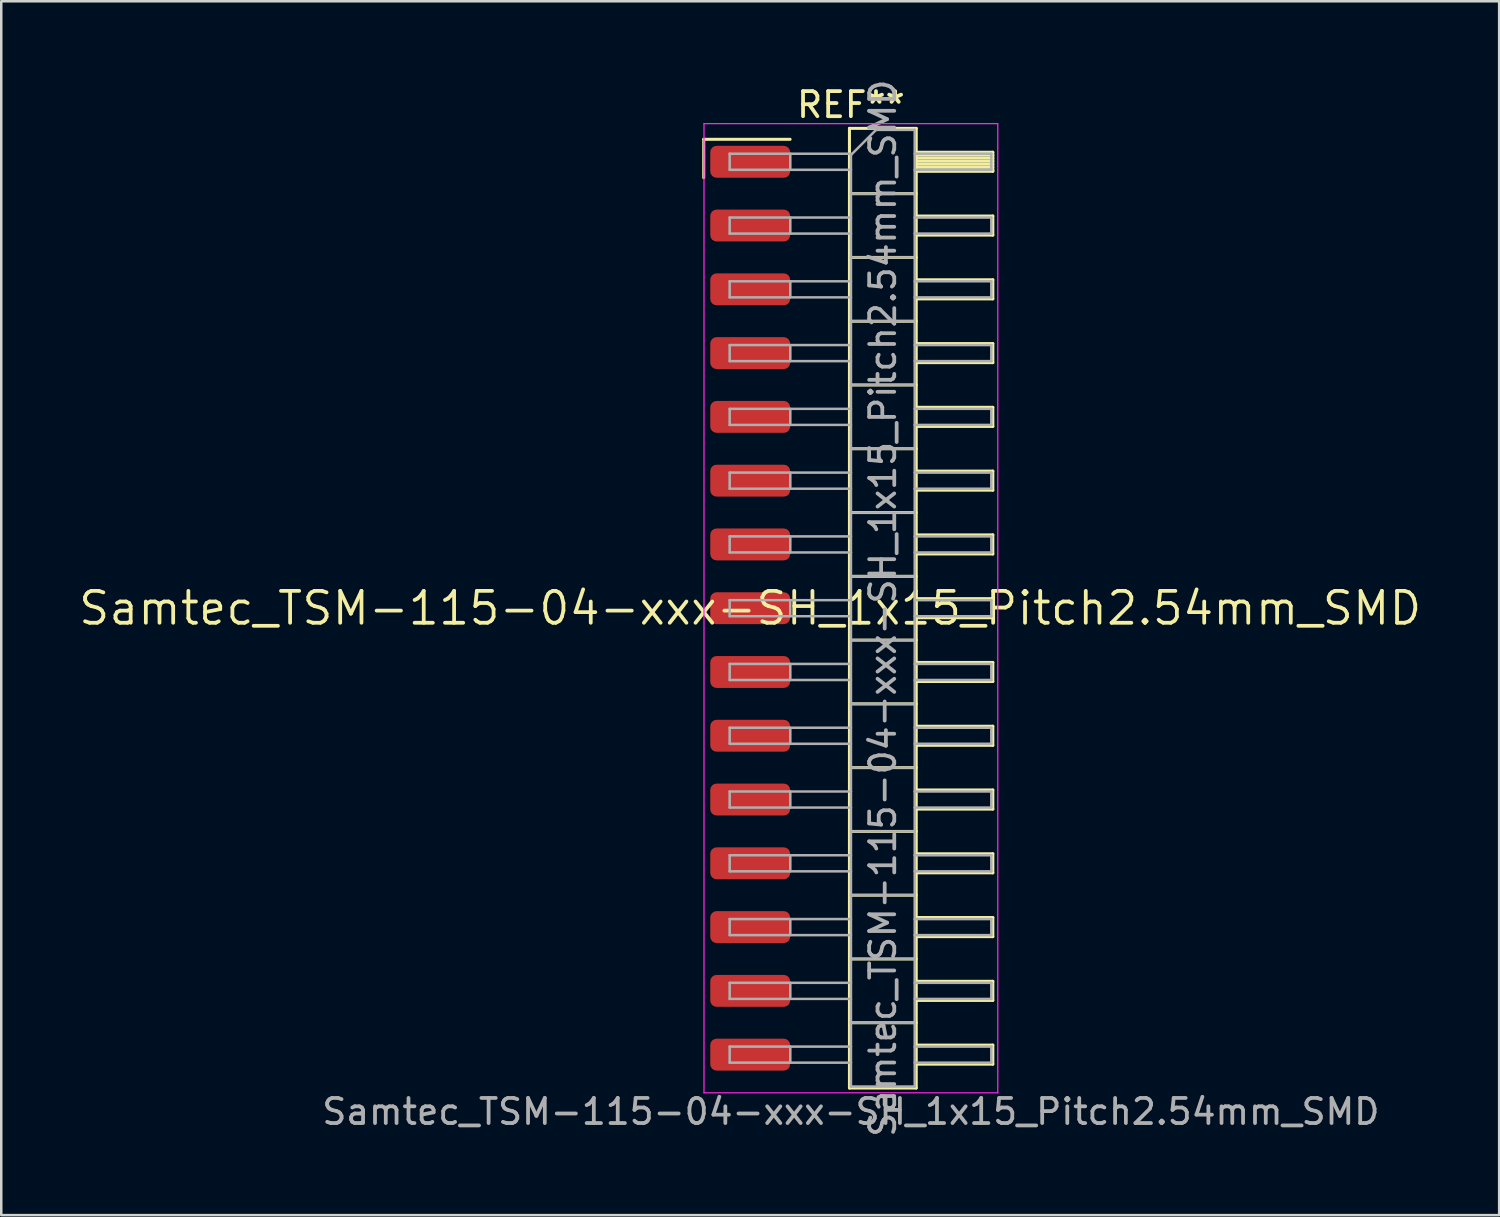
<source format=kicad_pcb>
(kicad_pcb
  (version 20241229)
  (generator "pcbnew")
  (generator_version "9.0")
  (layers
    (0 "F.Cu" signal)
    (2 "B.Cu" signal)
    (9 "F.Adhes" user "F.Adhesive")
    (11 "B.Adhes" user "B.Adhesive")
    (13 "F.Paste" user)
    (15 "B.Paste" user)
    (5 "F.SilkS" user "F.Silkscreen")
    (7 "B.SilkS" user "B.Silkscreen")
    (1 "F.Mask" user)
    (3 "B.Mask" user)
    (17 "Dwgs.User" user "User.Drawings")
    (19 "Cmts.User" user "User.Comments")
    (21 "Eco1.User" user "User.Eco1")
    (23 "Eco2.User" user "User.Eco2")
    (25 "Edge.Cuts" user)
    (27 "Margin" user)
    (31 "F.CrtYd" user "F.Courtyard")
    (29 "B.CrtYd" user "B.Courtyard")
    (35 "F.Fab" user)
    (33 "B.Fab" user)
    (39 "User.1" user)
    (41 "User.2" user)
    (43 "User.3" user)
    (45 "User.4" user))
  (footprint "Samtec_TSM-115-04-xxx-SH_1x15_Pitch2.54mm_SMD"
    (layer "F.Cu")
    (at 26.828 21.173)
    (property "Reference" "Samtec_TSM-115-04-xxx-SH_1x15_Pitch2.54mm_SMD" (at 0 0 0) (layer "F.SilkS") (effects (font (size 1.27 1.27) (thickness 0.15))))
    (attr smd)
    (fp_line (start -1.85 -18.675) (end 1.59 -18.675) (stroke (width 0.12) (type solid)) (layer "F.SilkS"))
    (fp_line (start -1.85 -17.145) (end -1.85 -18.675) (stroke (width 0.12) (type solid)) (layer "F.SilkS"))
    (fp_line (start 3.953 -19.11) (end 6.613 -19.11) (stroke (width 0.12) (type solid)) (layer "F.SilkS"))
    (fp_line (start 3.953 -16.51) (end 6.613 -16.51) (stroke (width 0.12) (type solid)) (layer "F.SilkS"))
    (fp_line (start 3.953 -13.97) (end 6.613 -13.97) (stroke (width 0.12) (type solid)) (layer "F.SilkS"))
    (fp_line (start 3.953 -11.43) (end 6.613 -11.43) (stroke (width 0.12) (type solid)) (layer "F.SilkS"))
    (fp_line (start 3.953 -8.89) (end 6.613 -8.89) (stroke (width 0.12) (type solid)) (layer "F.SilkS"))
    (fp_line (start 3.953 -6.35) (end 6.613 -6.35) (stroke (width 0.12) (type solid)) (layer "F.SilkS"))
    (fp_line (start 3.953 -3.81) (end 6.613 -3.81) (stroke (width 0.12) (type solid)) (layer "F.SilkS"))
    (fp_line (start 3.953 -1.27) (end 6.613 -1.27) (stroke (width 0.12) (type solid)) (layer "F.SilkS"))
    (fp_line (start 3.953 1.27) (end 6.613 1.27) (stroke (width 0.12) (type solid)) (layer "F.SilkS"))
    (fp_line (start 3.953 3.81) (end 6.613 3.81) (stroke (width 0.12) (type solid)) (layer "F.SilkS"))
    (fp_line (start 3.953 6.35) (end 6.613 6.35) (stroke (width 0.12) (type solid)) (layer "F.SilkS"))
    (fp_line (start 3.953 8.89) (end 6.613 8.89) (stroke (width 0.12) (type solid)) (layer "F.SilkS"))
    (fp_line (start 3.953 11.43) (end 6.613 11.43) (stroke (width 0.12) (type solid)) (layer "F.SilkS"))
    (fp_line (start 3.953 13.97) (end 6.613 13.97) (stroke (width 0.12) (type solid)) (layer "F.SilkS"))
    (fp_line (start 3.953 16.51) (end 6.613 16.51) (stroke (width 0.12) (type solid)) (layer "F.SilkS"))
    (fp_line (start 3.953 19.11) (end 3.953 -19.11) (stroke (width 0.12) (type solid)) (layer "F.SilkS"))
    (fp_line (start 6.613 -19.11) (end 6.613 19.11) (stroke (width 0.12) (type solid)) (layer "F.SilkS"))
    (fp_line (start 6.613 -18.16) (end 9.663 -18.16) (stroke (width 0.12) (type solid)) (layer "F.SilkS"))
    (fp_line (start 6.613 -18.04) (end 9.663 -18.04) (stroke (width 0.12) (type solid)) (layer "F.SilkS"))
    (fp_line (start 6.613 -17.92) (end 9.663 -17.92) (stroke (width 0.12) (type solid)) (layer "F.SilkS"))
    (fp_line (start 6.613 -17.8) (end 9.663 -17.8) (stroke (width 0.12) (type solid)) (layer "F.SilkS"))
    (fp_line (start 6.613 -17.68) (end 9.663 -17.68) (stroke (width 0.12) (type solid)) (layer "F.SilkS"))
    (fp_line (start 6.613 -17.56) (end 9.663 -17.56) (stroke (width 0.12) (type solid)) (layer "F.SilkS"))
    (fp_line (start 6.613 -17.44) (end 9.663 -17.44) (stroke (width 0.12) (type solid)) (layer "F.SilkS"))
    (fp_line (start 6.613 -17.4) (end 9.663 -17.4) (stroke (width 0.12) (type solid)) (layer "F.SilkS"))
    (fp_line (start 6.613 -15.62) (end 9.663 -15.62) (stroke (width 0.12) (type solid)) (layer "F.SilkS"))
    (fp_line (start 6.613 -14.86) (end 9.663 -14.86) (stroke (width 0.12) (type solid)) (layer "F.SilkS"))
    (fp_line (start 6.613 -13.08) (end 9.663 -13.08) (stroke (width 0.12) (type solid)) (layer "F.SilkS"))
    (fp_line (start 6.613 -12.32) (end 9.663 -12.32) (stroke (width 0.12) (type solid)) (layer "F.SilkS"))
    (fp_line (start 6.613 -10.54) (end 9.663 -10.54) (stroke (width 0.12) (type solid)) (layer "F.SilkS"))
    (fp_line (start 6.613 -9.78) (end 9.663 -9.78) (stroke (width 0.12) (type solid)) (layer "F.SilkS"))
    (fp_line (start 6.613 -8) (end 9.663 -8) (stroke (width 0.12) (type solid)) (layer "F.SilkS"))
    (fp_line (start 6.613 -7.24) (end 9.663 -7.24) (stroke (width 0.12) (type solid)) (layer "F.SilkS"))
    (fp_line (start 6.613 -5.46) (end 9.663 -5.46) (stroke (width 0.12) (type solid)) (layer "F.SilkS"))
    (fp_line (start 6.613 -4.7) (end 9.663 -4.7) (stroke (width 0.12) (type solid)) (layer "F.SilkS"))
    (fp_line (start 6.613 -2.92) (end 9.663 -2.92) (stroke (width 0.12) (type solid)) (layer "F.SilkS"))
    (fp_line (start 6.613 -2.16) (end 9.663 -2.16) (stroke (width 0.12) (type solid)) (layer "F.SilkS"))
    (fp_line (start 6.613 -0.38) (end 9.663 -0.38) (stroke (width 0.12) (type solid)) (layer "F.SilkS"))
    (fp_line (start 6.613 0.38) (end 9.663 0.38) (stroke (width 0.12) (type solid)) (layer "F.SilkS"))
    (fp_line (start 6.613 2.16) (end 9.663 2.16) (stroke (width 0.12) (type solid)) (layer "F.SilkS"))
    (fp_line (start 6.613 2.92) (end 9.663 2.92) (stroke (width 0.12) (type solid)) (layer "F.SilkS"))
    (fp_line (start 6.613 4.7) (end 9.663 4.7) (stroke (width 0.12) (type solid)) (layer "F.SilkS"))
    (fp_line (start 6.613 5.46) (end 9.663 5.46) (stroke (width 0.12) (type solid)) (layer "F.SilkS"))
    (fp_line (start 6.613 7.24) (end 9.663 7.24) (stroke (width 0.12) (type solid)) (layer "F.SilkS"))
    (fp_line (start 6.613 8) (end 9.663 8) (stroke (width 0.12) (type solid)) (layer "F.SilkS"))
    (fp_line (start 6.613 9.78) (end 9.663 9.78) (stroke (width 0.12) (type solid)) (layer "F.SilkS"))
    (fp_line (start 6.613 10.54) (end 9.663 10.54) (stroke (width 0.12) (type solid)) (layer "F.SilkS"))
    (fp_line (start 6.613 12.32) (end 9.663 12.32) (stroke (width 0.12) (type solid)) (layer "F.SilkS"))
    (fp_line (start 6.613 13.08) (end 9.663 13.08) (stroke (width 0.12) (type solid)) (layer "F.SilkS"))
    (fp_line (start 6.613 14.86) (end 9.663 14.86) (stroke (width 0.12) (type solid)) (layer "F.SilkS"))
    (fp_line (start 6.613 15.62) (end 9.663 15.62) (stroke (width 0.12) (type solid)) (layer "F.SilkS"))
    (fp_line (start 6.613 17.4) (end 9.663 17.4) (stroke (width 0.12) (type solid)) (layer "F.SilkS"))
    (fp_line (start 6.613 18.16) (end 9.663 18.16) (stroke (width 0.12) (type solid)) (layer "F.SilkS"))
    (fp_line (start 6.613 19.11) (end 3.953 19.11) (stroke (width 0.12) (type solid)) (layer "F.SilkS"))
    (fp_line (start 9.663 -18.16) (end 9.663 -17.4) (stroke (width 0.12) (type solid)) (layer "F.SilkS"))
    (fp_line (start 9.663 -15.62) (end 9.663 -14.86) (stroke (width 0.12) (type solid)) (layer "F.SilkS"))
    (fp_line (start 9.663 -13.08) (end 9.663 -12.32) (stroke (width 0.12) (type solid)) (layer "F.SilkS"))
    (fp_line (start 9.663 -10.54) (end 9.663 -9.78) (stroke (width 0.12) (type solid)) (layer "F.SilkS"))
    (fp_line (start 9.663 -8) (end 9.663 -7.24) (stroke (width 0.12) (type solid)) (layer "F.SilkS"))
    (fp_line (start 9.663 -5.46) (end 9.663 -4.7) (stroke (width 0.12) (type solid)) (layer "F.SilkS"))
    (fp_line (start 9.663 -2.92) (end 9.663 -2.16) (stroke (width 0.12) (type solid)) (layer "F.SilkS"))
    (fp_line (start 9.663 -0.38) (end 9.663 0.38) (stroke (width 0.12) (type solid)) (layer "F.SilkS"))
    (fp_line (start 9.663 2.16) (end 9.663 2.92) (stroke (width 0.12) (type solid)) (layer "F.SilkS"))
    (fp_line (start 9.663 4.7) (end 9.663 5.46) (stroke (width 0.12) (type solid)) (layer "F.SilkS"))
    (fp_line (start 9.663 7.24) (end 9.663 8) (stroke (width 0.12) (type solid)) (layer "F.SilkS"))
    (fp_line (start 9.663 9.78) (end 9.663 10.54) (stroke (width 0.12) (type solid)) (layer "F.SilkS"))
    (fp_line (start 9.663 12.32) (end 9.663 13.08) (stroke (width 0.12) (type solid)) (layer "F.SilkS"))
    (fp_line (start 9.663 14.86) (end 9.663 15.62) (stroke (width 0.12) (type solid)) (layer "F.SilkS"))
    (fp_line (start 9.663 17.4) (end 9.663 18.16) (stroke (width 0.12) (type solid)) (layer "F.SilkS"))
    (fp_line (start -1.84 -19.3) (end 9.86 -19.3) (stroke (width 0.05) (type solid)) (layer "F.CrtYd"))
    (fp_line (start -1.84 19.3) (end -1.84 -19.3) (stroke (width 0.05) (type solid)) (layer "F.CrtYd"))
    (fp_line (start 9.86 -19.3) (end 9.86 19.3) (stroke (width 0.05) (type solid)) (layer "F.CrtYd"))
    (fp_line (start 9.86 19.3) (end -1.84 19.3) (stroke (width 0.05) (type solid)) (layer "F.CrtYd"))
    (fp_line (start -0.817 -18.1) (end -0.817 -17.46) (stroke (width 0.1) (type solid)) (layer "F.Fab"))
    (fp_line (start -0.817 -18.1) (end 4.013 -18.1) (stroke (width 0.1) (type solid)) (layer "F.Fab"))
    (fp_line (start -0.817 -17.46) (end 4.013 -17.46) (stroke (width 0.1) (type solid)) (layer "F.Fab"))
    (fp_line (start -0.817 -15.56) (end -0.817 -14.92) (stroke (width 0.1) (type solid)) (layer "F.Fab"))
    (fp_line (start -0.817 -15.56) (end 4.013 -15.56) (stroke (width 0.1) (type solid)) (layer "F.Fab"))
    (fp_line (start -0.817 -14.92) (end 4.013 -14.92) (stroke (width 0.1) (type solid)) (layer "F.Fab"))
    (fp_line (start -0.817 -13.02) (end -0.817 -12.38) (stroke (width 0.1) (type solid)) (layer "F.Fab"))
    (fp_line (start -0.817 -13.02) (end 4.013 -13.02) (stroke (width 0.1) (type solid)) (layer "F.Fab"))
    (fp_line (start -0.817 -12.38) (end 4.013 -12.38) (stroke (width 0.1) (type solid)) (layer "F.Fab"))
    (fp_line (start -0.817 -10.48) (end -0.817 -9.84) (stroke (width 0.1) (type solid)) (layer "F.Fab"))
    (fp_line (start -0.817 -10.48) (end 4.013 -10.48) (stroke (width 0.1) (type solid)) (layer "F.Fab"))
    (fp_line (start -0.817 -9.84) (end 4.013 -9.84) (stroke (width 0.1) (type solid)) (layer "F.Fab"))
    (fp_line (start -0.817 -7.94) (end -0.817 -7.3) (stroke (width 0.1) (type solid)) (layer "F.Fab"))
    (fp_line (start -0.817 -7.94) (end 4.013 -7.94) (stroke (width 0.1) (type solid)) (layer "F.Fab"))
    (fp_line (start -0.817 -7.3) (end 4.013 -7.3) (stroke (width 0.1) (type solid)) (layer "F.Fab"))
    (fp_line (start -0.817 -5.4) (end -0.817 -4.76) (stroke (width 0.1) (type solid)) (layer "F.Fab"))
    (fp_line (start -0.817 -5.4) (end 4.013 -5.4) (stroke (width 0.1) (type solid)) (layer "F.Fab"))
    (fp_line (start -0.817 -4.76) (end 4.013 -4.76) (stroke (width 0.1) (type solid)) (layer "F.Fab"))
    (fp_line (start -0.817 -2.86) (end -0.817 -2.22) (stroke (width 0.1) (type solid)) (layer "F.Fab"))
    (fp_line (start -0.817 -2.86) (end 4.013 -2.86) (stroke (width 0.1) (type solid)) (layer "F.Fab"))
    (fp_line (start -0.817 -2.22) (end 4.013 -2.22) (stroke (width 0.1) (type solid)) (layer "F.Fab"))
    (fp_line (start -0.817 -0.32) (end -0.817 0.32) (stroke (width 0.1) (type solid)) (layer "F.Fab"))
    (fp_line (start -0.817 -0.32) (end 4.013 -0.32) (stroke (width 0.1) (type solid)) (layer "F.Fab"))
    (fp_line (start -0.817 0.32) (end 4.013 0.32) (stroke (width 0.1) (type solid)) (layer "F.Fab"))
    (fp_line (start -0.817 2.22) (end -0.817 2.86) (stroke (width 0.1) (type solid)) (layer "F.Fab"))
    (fp_line (start -0.817 2.22) (end 4.013 2.22) (stroke (width 0.1) (type solid)) (layer "F.Fab"))
    (fp_line (start -0.817 2.86) (end 4.013 2.86) (stroke (width 0.1) (type solid)) (layer "F.Fab"))
    (fp_line (start -0.817 4.76) (end -0.817 5.4) (stroke (width 0.1) (type solid)) (layer "F.Fab"))
    (fp_line (start -0.817 4.76) (end 4.013 4.76) (stroke (width 0.1) (type solid)) (layer "F.Fab"))
    (fp_line (start -0.817 5.4) (end 4.013 5.4) (stroke (width 0.1) (type solid)) (layer "F.Fab"))
    (fp_line (start -0.817 7.3) (end -0.817 7.94) (stroke (width 0.1) (type solid)) (layer "F.Fab"))
    (fp_line (start -0.817 7.3) (end 4.013 7.3) (stroke (width 0.1) (type solid)) (layer "F.Fab"))
    (fp_line (start -0.817 7.94) (end 4.013 7.94) (stroke (width 0.1) (type solid)) (layer "F.Fab"))
    (fp_line (start -0.817 9.84) (end -0.817 10.48) (stroke (width 0.1) (type solid)) (layer "F.Fab"))
    (fp_line (start -0.817 9.84) (end 4.013 9.84) (stroke (width 0.1) (type solid)) (layer "F.Fab"))
    (fp_line (start -0.817 10.48) (end 4.013 10.48) (stroke (width 0.1) (type solid)) (layer "F.Fab"))
    (fp_line (start -0.817 12.38) (end -0.817 13.02) (stroke (width 0.1) (type solid)) (layer "F.Fab"))
    (fp_line (start -0.817 12.38) (end 4.013 12.38) (stroke (width 0.1) (type solid)) (layer "F.Fab"))
    (fp_line (start -0.817 13.02) (end 4.013 13.02) (stroke (width 0.1) (type solid)) (layer "F.Fab"))
    (fp_line (start -0.817 14.92) (end -0.817 15.56) (stroke (width 0.1) (type solid)) (layer "F.Fab"))
    (fp_line (start -0.817 14.92) (end 4.013 14.92) (stroke (width 0.1) (type solid)) (layer "F.Fab"))
    (fp_line (start -0.817 15.56) (end 4.013 15.56) (stroke (width 0.1) (type solid)) (layer "F.Fab"))
    (fp_line (start -0.817 17.46) (end -0.817 18.1) (stroke (width 0.1) (type solid)) (layer "F.Fab"))
    (fp_line (start -0.817 17.46) (end 4.013 17.46) (stroke (width 0.1) (type solid)) (layer "F.Fab"))
    (fp_line (start -0.817 18.1) (end 4.013 18.1) (stroke (width 0.1) (type solid)) (layer "F.Fab"))
    (fp_line (start 1.598 -18.1) (end 1.598 -17.46) (stroke (width 0.1) (type solid)) (layer "F.Fab"))
    (fp_line (start 1.598 -15.56) (end 1.598 -14.92) (stroke (width 0.1) (type solid)) (layer "F.Fab"))
    (fp_line (start 1.598 -13.02) (end 1.598 -12.38) (stroke (width 0.1) (type solid)) (layer "F.Fab"))
    (fp_line (start 1.598 -10.48) (end 1.598 -9.84) (stroke (width 0.1) (type solid)) (layer "F.Fab"))
    (fp_line (start 1.598 -7.94) (end 1.598 -7.3) (stroke (width 0.1) (type solid)) (layer "F.Fab"))
    (fp_line (start 1.598 -5.4) (end 1.598 -4.76) (stroke (width 0.1) (type solid)) (layer "F.Fab"))
    (fp_line (start 1.598 -2.86) (end 1.598 -2.22) (stroke (width 0.1) (type solid)) (layer "F.Fab"))
    (fp_line (start 1.598 -0.32) (end 1.598 0.32) (stroke (width 0.1) (type solid)) (layer "F.Fab"))
    (fp_line (start 1.598 2.22) (end 1.598 2.86) (stroke (width 0.1) (type solid)) (layer "F.Fab"))
    (fp_line (start 1.598 4.76) (end 1.598 5.4) (stroke (width 0.1) (type solid)) (layer "F.Fab"))
    (fp_line (start 1.598 7.3) (end 1.598 7.94) (stroke (width 0.1) (type solid)) (layer "F.Fab"))
    (fp_line (start 1.598 9.84) (end 1.598 10.48) (stroke (width 0.1) (type solid)) (layer "F.Fab"))
    (fp_line (start 1.598 12.38) (end 1.598 13.02) (stroke (width 0.1) (type solid)) (layer "F.Fab"))
    (fp_line (start 1.598 14.92) (end 1.598 15.56) (stroke (width 0.1) (type solid)) (layer "F.Fab"))
    (fp_line (start 1.598 17.46) (end 1.598 18.1) (stroke (width 0.1) (type solid)) (layer "F.Fab"))
    (fp_line (start 4.013 -18.05) (end 5.013 -19.05) (stroke (width 0.1) (type solid)) (layer "F.Fab"))
    (fp_line (start 4.013 -16.51) (end 6.553 -16.51) (stroke (width 0.1) (type solid)) (layer "F.Fab"))
    (fp_line (start 4.013 -13.97) (end 6.553 -13.97) (stroke (width 0.1) (type solid)) (layer "F.Fab"))
    (fp_line (start 4.013 -11.43) (end 6.553 -11.43) (stroke (width 0.1) (type solid)) (layer "F.Fab"))
    (fp_line (start 4.013 -8.89) (end 6.553 -8.89) (stroke (width 0.1) (type solid)) (layer "F.Fab"))
    (fp_line (start 4.013 -6.35) (end 6.553 -6.35) (stroke (width 0.1) (type solid)) (layer "F.Fab"))
    (fp_line (start 4.013 -3.81) (end 6.553 -3.81) (stroke (width 0.1) (type solid)) (layer "F.Fab"))
    (fp_line (start 4.013 -1.27) (end 6.553 -1.27) (stroke (width 0.1) (type solid)) (layer "F.Fab"))
    (fp_line (start 4.013 1.27) (end 6.553 1.27) (stroke (width 0.1) (type solid)) (layer "F.Fab"))
    (fp_line (start 4.013 3.81) (end 6.553 3.81) (stroke (width 0.1) (type solid)) (layer "F.Fab"))
    (fp_line (start 4.013 6.35) (end 6.553 6.35) (stroke (width 0.1) (type solid)) (layer "F.Fab"))
    (fp_line (start 4.013 8.89) (end 6.553 8.89) (stroke (width 0.1) (type solid)) (layer "F.Fab"))
    (fp_line (start 4.013 11.43) (end 6.553 11.43) (stroke (width 0.1) (type solid)) (layer "F.Fab"))
    (fp_line (start 4.013 13.97) (end 6.553 13.97) (stroke (width 0.1) (type solid)) (layer "F.Fab"))
    (fp_line (start 4.013 16.51) (end 6.553 16.51) (stroke (width 0.1) (type solid)) (layer "F.Fab"))
    (fp_line (start 4.013 19.05) (end 4.013 -18.05) (stroke (width 0.1) (type solid)) (layer "F.Fab"))
    (fp_line (start 5.013 -19.05) (end 6.553 -19.05) (stroke (width 0.1) (type solid)) (layer "F.Fab"))
    (fp_line (start 6.553 -19.05) (end 6.553 19.05) (stroke (width 0.1) (type solid)) (layer "F.Fab"))
    (fp_line (start 6.553 -18.1) (end 9.603 -18.1) (stroke (width 0.1) (type solid)) (layer "F.Fab"))
    (fp_line (start 6.553 -17.46) (end 9.603 -17.46) (stroke (width 0.1) (type solid)) (layer "F.Fab"))
    (fp_line (start 6.553 -15.56) (end 9.603 -15.56) (stroke (width 0.1) (type solid)) (layer "F.Fab"))
    (fp_line (start 6.553 -14.92) (end 9.603 -14.92) (stroke (width 0.1) (type solid)) (layer "F.Fab"))
    (fp_line (start 6.553 -13.02) (end 9.603 -13.02) (stroke (width 0.1) (type solid)) (layer "F.Fab"))
    (fp_line (start 6.553 -12.38) (end 9.603 -12.38) (stroke (width 0.1) (type solid)) (layer "F.Fab"))
    (fp_line (start 6.553 -10.48) (end 9.603 -10.48) (stroke (width 0.1) (type solid)) (layer "F.Fab"))
    (fp_line (start 6.553 -9.84) (end 9.603 -9.84) (stroke (width 0.1) (type solid)) (layer "F.Fab"))
    (fp_line (start 6.553 -7.94) (end 9.603 -7.94) (stroke (width 0.1) (type solid)) (layer "F.Fab"))
    (fp_line (start 6.553 -7.3) (end 9.603 -7.3) (stroke (width 0.1) (type solid)) (layer "F.Fab"))
    (fp_line (start 6.553 -5.4) (end 9.603 -5.4) (stroke (width 0.1) (type solid)) (layer "F.Fab"))
    (fp_line (start 6.553 -4.76) (end 9.603 -4.76) (stroke (width 0.1) (type solid)) (layer "F.Fab"))
    (fp_line (start 6.553 -2.86) (end 9.603 -2.86) (stroke (width 0.1) (type solid)) (layer "F.Fab"))
    (fp_line (start 6.553 -2.22) (end 9.603 -2.22) (stroke (width 0.1) (type solid)) (layer "F.Fab"))
    (fp_line (start 6.553 -0.32) (end 9.603 -0.32) (stroke (width 0.1) (type solid)) (layer "F.Fab"))
    (fp_line (start 6.553 0.32) (end 9.603 0.32) (stroke (width 0.1) (type solid)) (layer "F.Fab"))
    (fp_line (start 6.553 2.22) (end 9.603 2.22) (stroke (width 0.1) (type solid)) (layer "F.Fab"))
    (fp_line (start 6.553 2.86) (end 9.603 2.86) (stroke (width 0.1) (type solid)) (layer "F.Fab"))
    (fp_line (start 6.553 4.76) (end 9.603 4.76) (stroke (width 0.1) (type solid)) (layer "F.Fab"))
    (fp_line (start 6.553 5.4) (end 9.603 5.4) (stroke (width 0.1) (type solid)) (layer "F.Fab"))
    (fp_line (start 6.553 7.3) (end 9.603 7.3) (stroke (width 0.1) (type solid)) (layer "F.Fab"))
    (fp_line (start 6.553 7.94) (end 9.603 7.94) (stroke (width 0.1) (type solid)) (layer "F.Fab"))
    (fp_line (start 6.553 9.84) (end 9.603 9.84) (stroke (width 0.1) (type solid)) (layer "F.Fab"))
    (fp_line (start 6.553 10.48) (end 9.603 10.48) (stroke (width 0.1) (type solid)) (layer "F.Fab"))
    (fp_line (start 6.553 12.38) (end 9.603 12.38) (stroke (width 0.1) (type solid)) (layer "F.Fab"))
    (fp_line (start 6.553 13.02) (end 9.603 13.02) (stroke (width 0.1) (type solid)) (layer "F.Fab"))
    (fp_line (start 6.553 14.92) (end 9.603 14.92) (stroke (width 0.1) (type solid)) (layer "F.Fab"))
    (fp_line (start 6.553 15.56) (end 9.603 15.56) (stroke (width 0.1) (type solid)) (layer "F.Fab"))
    (fp_line (start 6.553 17.46) (end 9.603 17.46) (stroke (width 0.1) (type solid)) (layer "F.Fab"))
    (fp_line (start 6.553 18.1) (end 9.603 18.1) (stroke (width 0.1) (type solid)) (layer "F.Fab"))
    (fp_line (start 6.553 19.05) (end 4.013 19.05) (stroke (width 0.1) (type solid)) (layer "F.Fab"))
    (fp_line (start 9.603 -18.1) (end 9.603 -17.46) (stroke (width 0.1) (type solid)) (layer "F.Fab"))
    (fp_line (start 9.603 -15.56) (end 9.603 -14.92) (stroke (width 0.1) (type solid)) (layer "F.Fab"))
    (fp_line (start 9.603 -13.02) (end 9.603 -12.38) (stroke (width 0.1) (type solid)) (layer "F.Fab"))
    (fp_line (start 9.603 -10.48) (end 9.603 -9.84) (stroke (width 0.1) (type solid)) (layer "F.Fab"))
    (fp_line (start 9.603 -7.94) (end 9.603 -7.3) (stroke (width 0.1) (type solid)) (layer "F.Fab"))
    (fp_line (start 9.603 -5.4) (end 9.603 -4.76) (stroke (width 0.1) (type solid)) (layer "F.Fab"))
    (fp_line (start 9.603 -2.86) (end 9.603 -2.22) (stroke (width 0.1) (type solid)) (layer "F.Fab"))
    (fp_line (start 9.603 -0.32) (end 9.603 0.32) (stroke (width 0.1) (type solid)) (layer "F.Fab"))
    (fp_line (start 9.603 2.22) (end 9.603 2.86) (stroke (width 0.1) (type solid)) (layer "F.Fab"))
    (fp_line (start 9.603 4.76) (end 9.603 5.4) (stroke (width 0.1) (type solid)) (layer "F.Fab"))
    (fp_line (start 9.603 7.3) (end 9.603 7.94) (stroke (width 0.1) (type solid)) (layer "F.Fab"))
    (fp_line (start 9.603 9.84) (end 9.603 10.48) (stroke (width 0.1) (type solid)) (layer "F.Fab"))
    (fp_line (start 9.603 12.38) (end 9.603 13.02) (stroke (width 0.1) (type solid)) (layer "F.Fab"))
    (fp_line (start 9.603 14.92) (end 9.603 15.56) (stroke (width 0.1) (type solid)) (layer "F.Fab"))
    (fp_line (start 9.603 17.46) (end 9.603 18.1) (stroke (width 0.1) (type solid)) (layer "F.Fab"))
    (fp_text user "REF**" (at 4.01 -20.05 0) (layer "F.SilkS") (effects (font (size 1 1) (thickness 0.15))))
    (fp_text user "${REFERENCE}" (at 5.283 0 90) (layer "F.Fab") (effects (font (size 1 1) (thickness 0.15))))
    (fp_text user "Samtec_TSM-115-04-xxx-SH_1x15_Pitch2.54mm_SMD" (at 4.01 20.05 0) (layer "F.Fab") (effects (font (size 1 1) (thickness 0.15))))
    (pad "1" smd roundrect (at 0 -17.78) (size 3.18 1.27) (layers "F.Cu" "F.Mask" "F.Paste") (roundrect_rratio 0.197))
    (pad "2" smd roundrect (at 0 -15.24) (size 3.18 1.27) (layers "F.Cu" "F.Mask" "F.Paste") (roundrect_rratio 0.197))
    (pad "3" smd roundrect (at 0 -12.7) (size 3.18 1.27) (layers "F.Cu" "F.Mask" "F.Paste") (roundrect_rratio 0.197))
    (pad "4" smd roundrect (at 0 -10.16) (size 3.18 1.27) (layers "F.Cu" "F.Mask" "F.Paste") (roundrect_rratio 0.197))
    (pad "5" smd roundrect (at 0 -7.62) (size 3.18 1.27) (layers "F.Cu" "F.Mask" "F.Paste") (roundrect_rratio 0.197))
    (pad "6" smd roundrect (at 0 -5.08) (size 3.18 1.27) (layers "F.Cu" "F.Mask" "F.Paste") (roundrect_rratio 0.197))
    (pad "7" smd roundrect (at 0 -2.54) (size 3.18 1.27) (layers "F.Cu" "F.Mask" "F.Paste") (roundrect_rratio 0.197))
    (pad "8" smd roundrect (at 0 0) (size 3.18 1.27) (layers "F.Cu" "F.Mask" "F.Paste") (roundrect_rratio 0.197))
    (pad "9" smd roundrect (at 0 2.54) (size 3.18 1.27) (layers "F.Cu" "F.Mask" "F.Paste") (roundrect_rratio 0.197))
    (pad "10" smd roundrect (at 0 5.08) (size 3.18 1.27) (layers "F.Cu" "F.Mask" "F.Paste") (roundrect_rratio 0.197))
    (pad "11" smd roundrect (at 0 7.62) (size 3.18 1.27) (layers "F.Cu" "F.Mask" "F.Paste") (roundrect_rratio 0.197))
    (pad "12" smd roundrect (at 0 10.16) (size 3.18 1.27) (layers "F.Cu" "F.Mask" "F.Paste") (roundrect_rratio 0.197))
    (pad "13" smd roundrect (at 0 12.7) (size 3.18 1.27) (layers "F.Cu" "F.Mask" "F.Paste") (roundrect_rratio 0.197))
    (pad "14" smd roundrect (at 0 15.24) (size 3.18 1.27) (layers "F.Cu" "F.Mask" "F.Paste") (roundrect_rratio 0.197))
    (pad "15" smd roundrect (at 0 17.78) (size 3.18 1.27) (layers "F.Cu" "F.Mask" "F.Paste") (roundrect_rratio 0.197)))
  (gr_rect
    (start -3 -3)
    (end 56.657 45.345)
    (stroke (width 0.1) (type default))
    (fill no)
    (layer "Edge.Cuts")))
</source>
